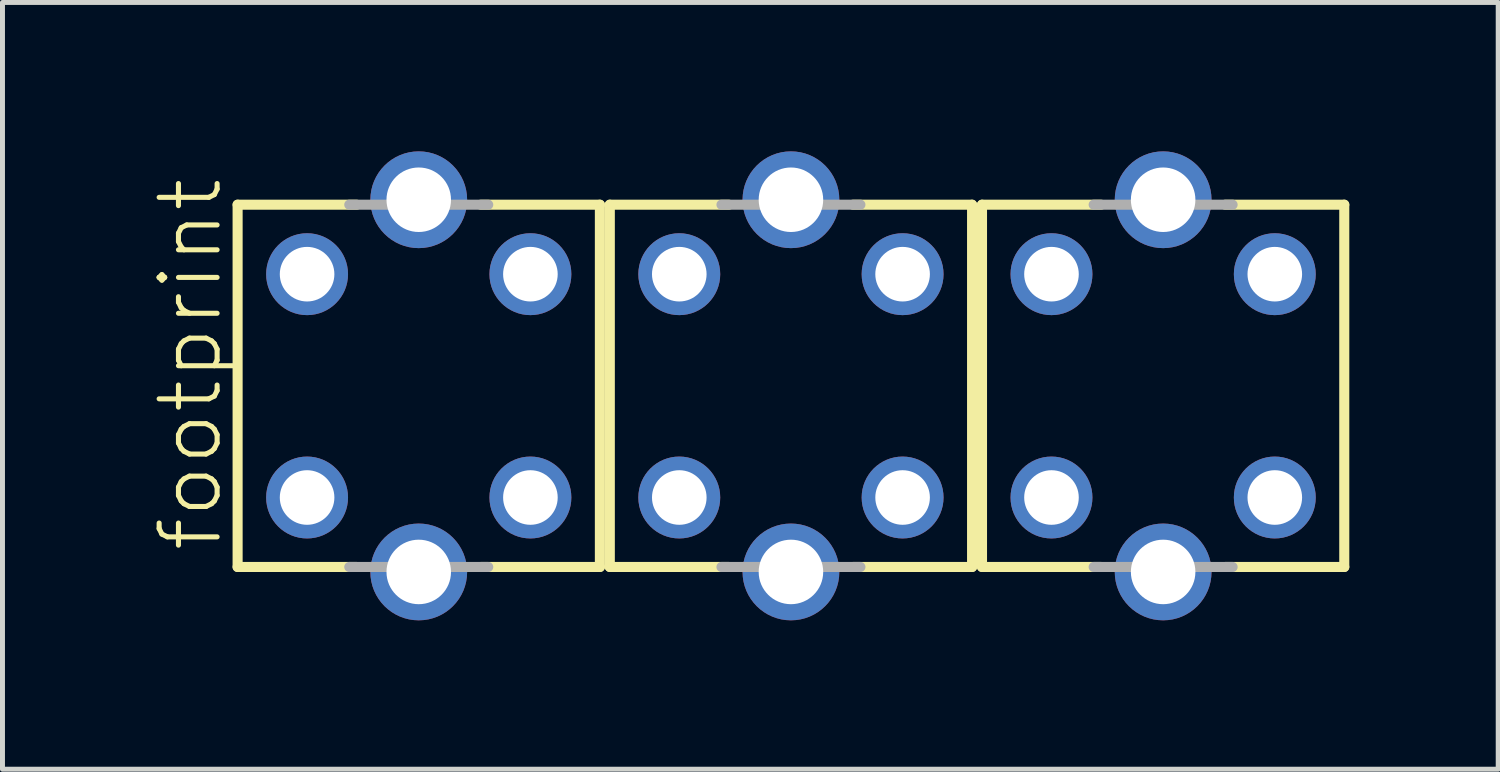
<source format=kicad_pcb>
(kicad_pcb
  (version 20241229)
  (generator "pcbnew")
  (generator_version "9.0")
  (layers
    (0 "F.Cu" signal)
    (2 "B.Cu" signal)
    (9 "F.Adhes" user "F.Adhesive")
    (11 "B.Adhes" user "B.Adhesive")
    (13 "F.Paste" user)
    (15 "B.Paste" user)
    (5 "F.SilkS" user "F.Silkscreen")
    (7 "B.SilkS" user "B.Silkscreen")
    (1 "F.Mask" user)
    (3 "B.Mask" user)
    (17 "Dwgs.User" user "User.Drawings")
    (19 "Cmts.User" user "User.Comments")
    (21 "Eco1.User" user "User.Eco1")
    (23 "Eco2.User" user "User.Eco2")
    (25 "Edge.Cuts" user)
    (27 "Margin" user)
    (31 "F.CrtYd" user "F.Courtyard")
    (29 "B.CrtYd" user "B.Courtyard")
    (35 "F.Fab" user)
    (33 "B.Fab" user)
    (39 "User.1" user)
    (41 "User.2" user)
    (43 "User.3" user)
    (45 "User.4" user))
  (footprint "footprint"
    (layer "F.Cu")
    (at 12.888 4.725)
    (property "Reference" "footprint" (at -11.415 3.388 90) (layer "F.SilkS") (effects (font (size 1.168 1.168) (thickness 0.102)) (justify left bottom)))
    (fp_line (start -11.15 -3.65) (end -8.75 -3.65) (stroke (width 0.203) (type solid)) (layer "F.SilkS"))
    (fp_line (start -11.15 3.65) (end -11.15 -3.65) (stroke (width 0.203) (type solid)) (layer "F.SilkS"))
    (fp_line (start -8.75 3.65) (end -11.15 3.65) (stroke (width 0.203) (type solid)) (layer "F.SilkS"))
    (fp_line (start -6.25 -3.65) (end -3.85 -3.65) (stroke (width 0.203) (type solid)) (layer "F.SilkS"))
    (fp_line (start -3.85 -3.65) (end -3.85 3.65) (stroke (width 0.203) (type solid)) (layer "F.SilkS"))
    (fp_line (start -3.85 3.65) (end -6.25 3.65) (stroke (width 0.203) (type solid)) (layer "F.SilkS"))
    (fp_line (start -3.65 -3.65) (end -1.25 -3.65) (stroke (width 0.203) (type solid)) (layer "F.SilkS"))
    (fp_line (start -3.65 3.65) (end -3.65 -3.65) (stroke (width 0.203) (type solid)) (layer "F.SilkS"))
    (fp_line (start -1.25 3.65) (end -3.65 3.65) (stroke (width 0.203) (type solid)) (layer "F.SilkS"))
    (fp_line (start 1.25 -3.65) (end 3.65 -3.65) (stroke (width 0.203) (type solid)) (layer "F.SilkS"))
    (fp_line (start 3.65 -3.65) (end 3.65 3.65) (stroke (width 0.203) (type solid)) (layer "F.SilkS"))
    (fp_line (start 3.65 3.65) (end 1.25 3.65) (stroke (width 0.203) (type solid)) (layer "F.SilkS"))
    (fp_line (start 3.85 -3.65) (end 6.25 -3.65) (stroke (width 0.203) (type solid)) (layer "F.SilkS"))
    (fp_line (start 3.85 3.65) (end 3.85 -3.65) (stroke (width 0.203) (type solid)) (layer "F.SilkS"))
    (fp_line (start 6.25 3.65) (end 3.85 3.65) (stroke (width 0.203) (type solid)) (layer "F.SilkS"))
    (fp_line (start 8.75 -3.65) (end 11.15 -3.65) (stroke (width 0.203) (type solid)) (layer "F.SilkS"))
    (fp_line (start 11.15 -3.65) (end 11.15 3.65) (stroke (width 0.203) (type solid)) (layer "F.SilkS"))
    (fp_line (start 11.15 3.65) (end 8.75 3.65) (stroke (width 0.203) (type solid)) (layer "F.SilkS"))
    (fp_line (start -8.9 -3.65) (end -6.1 -3.65) (stroke (width 0.203) (type solid)) (layer "F.Fab"))
    (fp_line (start -6.1 3.65) (end -8.9 3.65) (stroke (width 0.203) (type solid)) (layer "F.Fab"))
    (fp_line (start -1.4 -3.65) (end 1.4 -3.65) (stroke (width 0.203) (type solid)) (layer "F.Fab"))
    (fp_line (start 1.4 3.65) (end -1.4 3.65) (stroke (width 0.203) (type solid)) (layer "F.Fab"))
    (fp_line (start 6.1 -3.65) (end 8.9 -3.65) (stroke (width 0.203) (type solid)) (layer "F.Fab"))
    (fp_line (start 8.9 3.65) (end 6.1 3.65) (stroke (width 0.203) (type solid)) (layer "F.Fab"))
    (pad "1" thru_hole circle (at 5.25 2.25) (size 1.65 1.65) (drill 1.1) (layers "*.Cu" "*.Mask"))
    (pad "2" thru_hole circle (at 5.25 -2.25) (size 1.65 1.65) (drill 1.1) (layers "*.Cu" "*.Mask"))
    (pad "4" thru_hole circle (at 9.75 -2.25) (size 1.65 1.65) (drill 1.1) (layers "*.Cu" "*.Mask"))
    (pad "5" thru_hole circle (at 9.75 2.25) (size 1.65 1.65) (drill 1.1) (layers "*.Cu" "*.Mask"))
    (pad "21" thru_hole circle (at -2.25 2.25) (size 1.65 1.65) (drill 1.1) (layers "*.Cu" "*.Mask"))
    (pad "22" thru_hole circle (at -2.25 -2.25) (size 1.65 1.65) (drill 1.1) (layers "*.Cu" "*.Mask"))
    (pad "24" thru_hole circle (at 2.25 -2.25) (size 1.65 1.65) (drill 1.1) (layers "*.Cu" "*.Mask"))
    (pad "25" thru_hole circle (at 2.25 2.25) (size 1.65 1.65) (drill 1.1) (layers "*.Cu" "*.Mask"))
    (pad "31" thru_hole circle (at -9.75 2.25) (size 1.65 1.65) (drill 1.1) (layers "*.Cu" "*.Mask"))
    (pad "32" thru_hole circle (at -9.75 -2.25) (size 1.65 1.65) (drill 1.1) (layers "*.Cu" "*.Mask"))
    (pad "34" thru_hole circle (at -5.25 -2.25) (size 1.65 1.65) (drill 1.1) (layers "*.Cu" "*.Mask"))
    (pad "35" thru_hole circle (at -5.25 2.25) (size 1.65 1.65) (drill 1.1) (layers "*.Cu" "*.Mask"))
    (pad "S1" thru_hole circle (at 7.5 3.75) (size 1.95 1.95) (drill 1.3) (layers "*.Cu" "*.Mask"))
    (pad "S2" thru_hole circle (at 7.5 -3.75) (size 1.95 1.95) (drill 1.3) (layers "*.Cu" "*.Mask"))
    (pad "S3" thru_hole circle (at 0 3.75) (size 1.95 1.95) (drill 1.3) (layers "*.Cu" "*.Mask"))
    (pad "S4" thru_hole circle (at 0 -3.75) (size 1.95 1.95) (drill 1.3) (layers "*.Cu" "*.Mask"))
    (pad "S5" thru_hole circle (at -7.5 3.75) (size 1.95 1.95) (drill 1.3) (layers "*.Cu" "*.Mask"))
    (pad "S6" thru_hole circle (at -7.5 -3.75) (size 1.95 1.95) (drill 1.3) (layers "*.Cu" "*.Mask")))
  (gr_rect
    (start -3 -3)
    (end 27.14 12.45)
    (stroke (width 0.1) (type default))
    (fill no)
    (layer "Edge.Cuts")))
</source>
